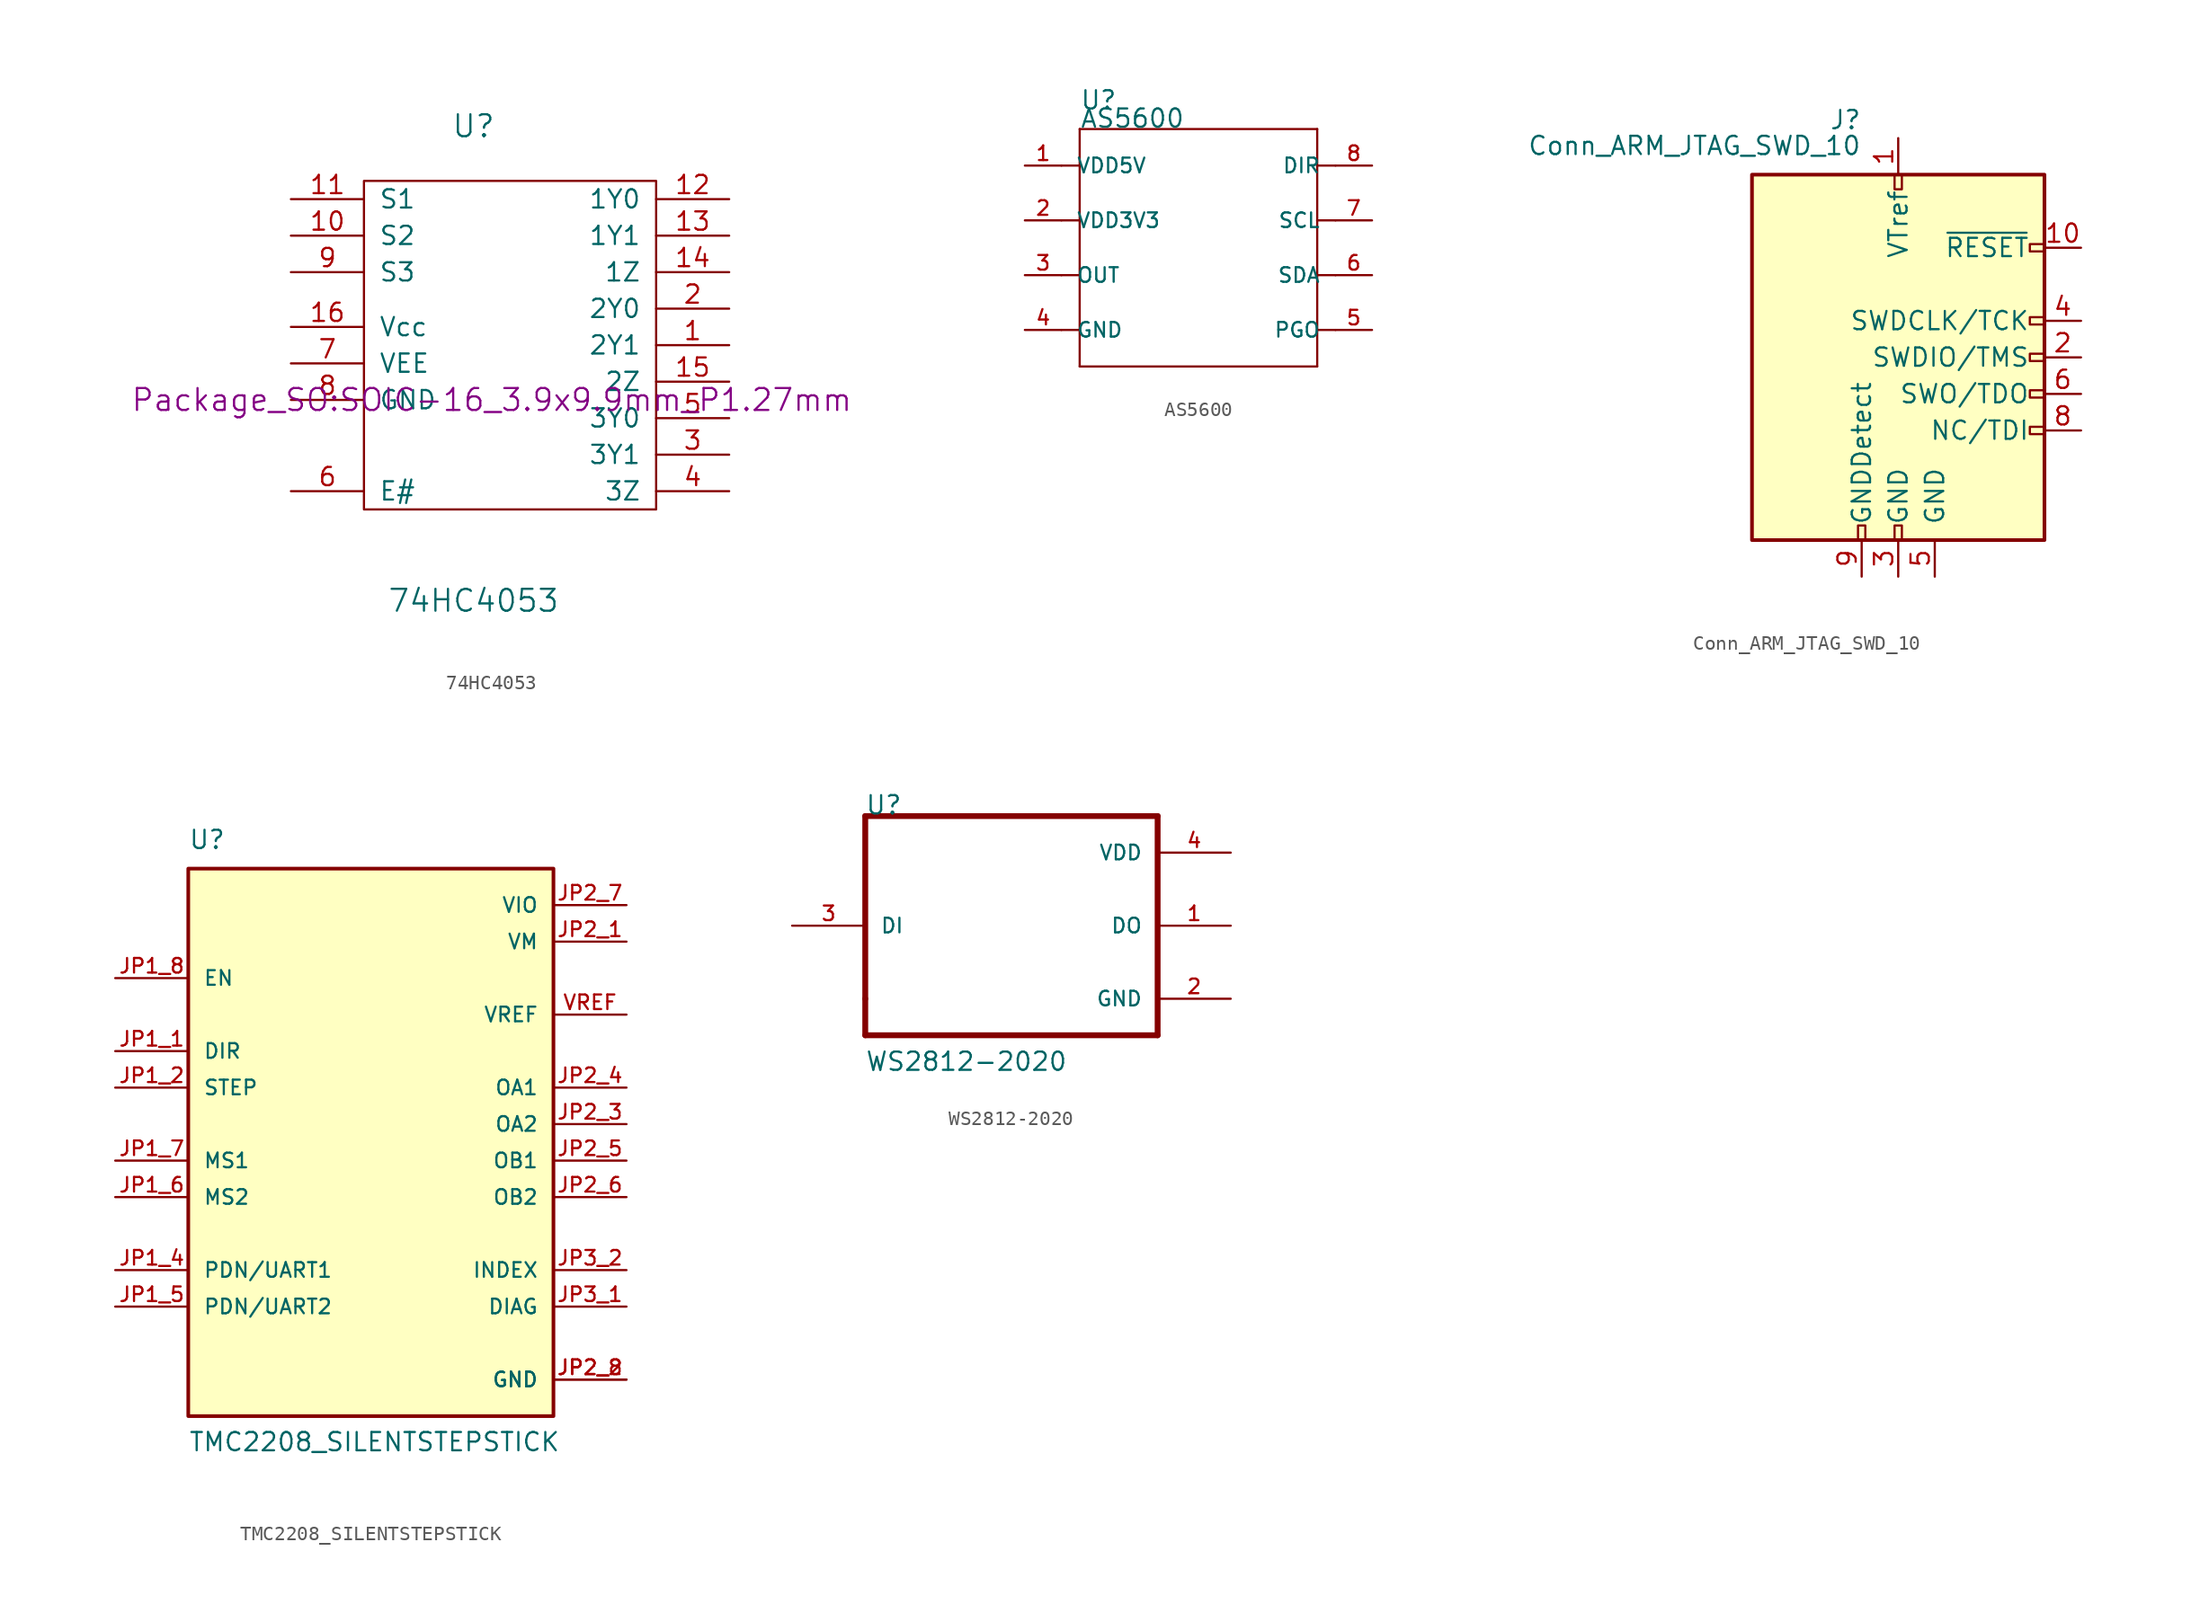
<source format=kicad_sym>
(kicad_symbol_lib
  (version 20211014)
  (generator kicad_symbol_editor)
  (symbol "74HC4053"
    (pin_names
      (offset 1.016))
    (property "Reference" "U"
      (at -1.27 19.05 0)
      (effects (font (size 1.524 1.524))))
    (property "Value" "74HC4053"
      (at -1.27 -13.97 0)
      (effects (font (size 1.524 1.524))))
    (property "Footprint" "Package_SO:SOIC-16_3.9x9.9mm_P1.27mm"
      (at 0 0 0)
      (effects (font (size 1.524 1.524))))
    (property "Datasheet" ""
      (at 0 0 0)
      (effects (font (size 1.524 1.524))))
    (symbol "74HC4053_0_1"
      (rectangle (start -8.89 15.24) (end 11.43 -7.62) (stroke (width 0) (type default) (color 0 0 0 0)) (fill (type none))))
    (symbol "74HC4053_1_1"
      (pin bidirectional line (at 16.51 3.81 180) (length 5.08) (name "2Y1" (effects (font (size 1.27 1.27)))) (number "1" (effects (font (size 1.27 1.27)))))
      (pin input line (at -13.97 11.43 0) (length 5.08) (name "S2" (effects (font (size 1.27 1.27)))) (number "10" (effects (font (size 1.27 1.27)))))
      (pin input line (at -13.97 13.97 0) (length 5.08) (name "S1" (effects (font (size 1.27 1.27)))) (number "11" (effects (font (size 1.27 1.27)))))
      (pin bidirectional line (at 16.51 13.97 180) (length 5.08) (name "1Y0" (effects (font (size 1.27 1.27)))) (number "12" (effects (font (size 1.27 1.27)))))
      (pin bidirectional line (at 16.51 11.43 180) (length 5.08) (name "1Y1" (effects (font (size 1.27 1.27)))) (number "13" (effects (font (size 1.27 1.27)))))
      (pin bidirectional line (at 16.51 8.89 180) (length 5.08) (name "1Z" (effects (font (size 1.27 1.27)))) (number "14" (effects (font (size 1.27 1.27)))))
      (pin bidirectional line (at 16.51 1.27 180) (length 5.08) (name "2Z" (effects (font (size 1.27 1.27)))) (number "15" (effects (font (size 1.27 1.27)))))
      (pin power_in line (at -13.97 5.08 0) (length 5.08) (name "Vcc" (effects (font (size 1.27 1.27)))) (number "16" (effects (font (size 1.27 1.27)))))
      (pin bidirectional line (at 16.51 6.35 180) (length 5.08) (name "2Y0" (effects (font (size 1.27 1.27)))) (number "2" (effects (font (size 1.27 1.27)))))
      (pin bidirectional line (at 16.51 -3.81 180) (length 5.08) (name "3Y1" (effects (font (size 1.27 1.27)))) (number "3" (effects (font (size 1.27 1.27)))))
      (pin bidirectional line (at 16.51 -6.35 180) (length 5.08) (name "3Z" (effects (font (size 1.27 1.27)))) (number "4" (effects (font (size 1.27 1.27)))))
      (pin bidirectional line (at 16.51 -1.27 180) (length 5.08) (name "3Y0" (effects (font (size 1.27 1.27)))) (number "5" (effects (font (size 1.27 1.27)))))
      (pin input line (at -13.97 -6.35 0) (length 5.08) (name "E#" (effects (font (size 1.27 1.27)))) (number "6" (effects (font (size 1.27 1.27)))))
      (pin power_in line (at -13.97 2.54 0) (length 5.08) (name "VEE" (effects (font (size 1.27 1.27)))) (number "7" (effects (font (size 1.27 1.27)))))
      (pin power_in line (at -13.97 0 0) (length 5.08) (name "GND" (effects (font (size 1.27 1.27)))) (number "8" (effects (font (size 1.27 1.27)))))
      (pin input line (at -13.97 8.89 0) (length 5.08) (name "S3" (effects (font (size 1.27 1.27)))) (number "9" (effects (font (size 1.27 1.27)))))))
  (symbol "AS5600"
    (pin_names
      (offset 1.016))
    (property "Reference" "U"
      (at -7.62 10.16 0)
      (effects (font (size 1.27 1.27)) (justify left bottom)))
    (property "Value" "AS5600"
      (at -7.62 8.89 0)
      (effects (font (size 1.27 1.27)) (justify left bottom)))
    (symbol "AS5600_0_0"
      (polyline (pts (xy -7.62 -7.62) (xy -7.62 -5.08)) (stroke (width 0.152) (type default) (color 0 0 0 0)) (fill (type none)))
      (polyline (pts (xy -7.62 -5.08) (xy -8.89 -5.08)) (stroke (width 0.152) (type default) (color 0 0 0 0)) (fill (type none)))
      (polyline (pts (xy -7.62 -5.08) (xy -7.62 -1.27)) (stroke (width 0.152) (type default) (color 0 0 0 0)) (fill (type none)))
      (polyline (pts (xy -7.62 -1.27) (xy -8.89 -1.27)) (stroke (width 0.152) (type default) (color 0 0 0 0)) (fill (type none)))
      (polyline (pts (xy -7.62 -1.27) (xy -7.62 2.54)) (stroke (width 0.152) (type default) (color 0 0 0 0)) (fill (type none)))
      (polyline (pts (xy -7.62 2.54) (xy -8.89 2.54)) (stroke (width 0.152) (type default) (color 0 0 0 0)) (fill (type none)))
      (polyline (pts (xy -7.62 2.54) (xy -7.62 6.35)) (stroke (width 0.152) (type default) (color 0 0 0 0)) (fill (type none)))
      (polyline (pts (xy -7.62 6.35) (xy -8.89 6.35)) (stroke (width 0.152) (type default) (color 0 0 0 0)) (fill (type none)))
      (polyline (pts (xy -7.62 6.35) (xy -7.62 8.89)) (stroke (width 0.152) (type default) (color 0 0 0 0)) (fill (type none)))
      (polyline (pts (xy -7.62 8.89) (xy 8.89 8.89)) (stroke (width 0.152) (type default) (color 0 0 0 0)) (fill (type none)))
      (polyline (pts (xy 8.89 -7.62) (xy -7.62 -7.62)) (stroke (width 0.152) (type default) (color 0 0 0 0)) (fill (type none)))
      (polyline (pts (xy 8.89 -5.08) (xy 8.89 -7.62)) (stroke (width 0.152) (type default) (color 0 0 0 0)) (fill (type none)))
      (polyline (pts (xy 8.89 -1.27) (xy 8.89 -5.08)) (stroke (width 0.152) (type default) (color 0 0 0 0)) (fill (type none)))
      (polyline (pts (xy 8.89 2.54) (xy 8.89 -1.27)) (stroke (width 0.152) (type default) (color 0 0 0 0)) (fill (type none)))
      (polyline (pts (xy 8.89 6.35) (xy 8.89 2.54)) (stroke (width 0.152) (type default) (color 0 0 0 0)) (fill (type none)))
      (polyline (pts (xy 8.89 8.89) (xy 8.89 6.35)) (stroke (width 0.152) (type default) (color 0 0 0 0)) (fill (type none)))
      (polyline (pts (xy 10.16 -5.08) (xy 8.89 -5.08)) (stroke (width 0.152) (type default) (color 0 0 0 0)) (fill (type none)))
      (polyline (pts (xy 10.16 -1.27) (xy 8.89 -1.27)) (stroke (width 0.152) (type default) (color 0 0 0 0)) (fill (type none)))
      (polyline (pts (xy 10.16 2.54) (xy 8.89 2.54)) (stroke (width 0.152) (type default) (color 0 0 0 0)) (fill (type none)))
      (polyline (pts (xy 10.16 6.35) (xy 8.89 6.35)) (stroke (width 0.152) (type default) (color 0 0 0 0)) (fill (type none)))
      (pin power_in line (at -11.43 6.35 0) (length 2.54) (name "VDD5V" (effects (font (size 1.016 1.016)))) (number "1" (effects (font (size 1.016 1.016)))))
      (pin power_in line (at -11.43 2.54 0) (length 2.54) (name "VDD3V3" (effects (font (size 1.016 1.016)))) (number "2" (effects (font (size 1.016 1.016)))))
      (pin bidirectional line (at -11.43 -1.27 0) (length 2.54) (name "OUT" (effects (font (size 1.016 1.016)))) (number "3" (effects (font (size 1.016 1.016)))))
      (pin power_in line (at -11.43 -5.08 0) (length 2.54) (name "GND" (effects (font (size 1.016 1.016)))) (number "4" (effects (font (size 1.016 1.016)))))
      (pin bidirectional line (at 12.7 -5.08 180) (length 2.54) (name "PGO" (effects (font (size 1.016 1.016)))) (number "5" (effects (font (size 1.016 1.016)))))
      (pin bidirectional line (at 12.7 -1.27 180) (length 2.54) (name "SDA" (effects (font (size 1.016 1.016)))) (number "6" (effects (font (size 1.016 1.016)))))
      (pin bidirectional line (at 12.7 2.54 180) (length 2.54) (name "SCL" (effects (font (size 1.016 1.016)))) (number "7" (effects (font (size 1.016 1.016)))))
      (pin bidirectional line (at 12.7 6.35 180) (length 2.54) (name "DIR" (effects (font (size 1.016 1.016)))) (number "8" (effects (font (size 1.016 1.016)))))))
  (symbol "Conn_ARM_JTAG_SWD_10"
    (pin_names
      (offset 1.016))
    (property "Reference" "J"
      (at -2.54 16.51 0)
      (effects (font (size 1.27 1.27)) (justify right)))
    (property "Value" "Conn_ARM_JTAG_SWD_10"
      (at -2.54 13.97 0)
      (effects (font (size 1.27 1.27)) (justify right bottom)))
    (symbol "Conn_ARM_JTAG_SWD_10_0_1"
      (rectangle (start -10.16 12.7) (end 10.16 -12.7) (stroke (width 0.254) (type default) (color 0 0 0 0)) (fill (type background)))
      (rectangle (start -2.794 -12.7) (end -2.286 -11.684) (stroke (width 0) (type default) (color 0 0 0 0)) (fill (type none)))
      (rectangle (start -0.254 -12.7) (end 0.254 -11.684) (stroke (width 0) (type default) (color 0 0 0 0)) (fill (type none)))
      (rectangle (start -0.254 12.7) (end 0.254 11.684) (stroke (width 0) (type default) (color 0 0 0 0)) (fill (type none)))
      (rectangle (start 9.144 2.286) (end 10.16 2.794) (stroke (width 0) (type default) (color 0 0 0 0)) (fill (type none)))
      (rectangle (start 10.16 -2.794) (end 9.144 -2.286) (stroke (width 0) (type default) (color 0 0 0 0)) (fill (type none)))
      (rectangle (start 10.16 -0.254) (end 9.144 0.254) (stroke (width 0) (type default) (color 0 0 0 0)) (fill (type none)))
      (rectangle (start 10.16 7.874) (end 9.144 7.366) (stroke (width 0) (type default) (color 0 0 0 0)) (fill (type none))))
    (symbol "Conn_ARM_JTAG_SWD_10_1_1"
      (rectangle (start 9.144 -5.334) (end 10.16 -4.826) (stroke (width 0) (type default) (color 0 0 0 0)) (fill (type none)))
      (pin power_in line (at 0 15.24 270) (length 2.54) (name "VTref" (effects (font (size 1.27 1.27)))) (number "1" (effects (font (size 1.27 1.27)))))
      (pin open_collector line (at 12.7 7.62 180) (length 2.54) (name "~{RESET}" (effects (font (size 1.27 1.27)))) (number "10" (effects (font (size 1.27 1.27)))))
      (pin bidirectional line (at 12.7 0 180) (length 2.54) (name "SWDIO/TMS" (effects (font (size 1.27 1.27)))) (number "2" (effects (font (size 1.27 1.27)))))
      (pin power_in line (at 0 -15.24 90) (length 2.54) (name "GND" (effects (font (size 1.27 1.27)))) (number "3" (effects (font (size 1.27 1.27)))))
      (pin output line (at 12.7 2.54 180) (length 2.54) (name "SWDCLK/TCK" (effects (font (size 1.27 1.27)))) (number "4" (effects (font (size 1.27 1.27)))))
      (pin passive line (at 0 -15.24 90) (length 2.54) hide (name "GND" (effects (font (size 1.27 1.27)))) (number "5" (effects (font (size 1.27 1.27)))))
      (pin power_in line (at 2.54 -15.24 90) (length 2.54) (name "GND" (effects (font (size 1.27 1.27)))) (number "5" (effects (font (size 1.27 1.27)))))
      (pin input line (at 12.7 -2.54 180) (length 2.54) (name "SWO/TDO" (effects (font (size 1.27 1.27)))) (number "6" (effects (font (size 1.27 1.27)))))
      (pin no_connect line (at -10.16 0 0) (length 2.54) hide (name "KEY" (effects (font (size 1.27 1.27)))) (number "7" (effects (font (size 1.27 1.27)))))
      (pin output line (at 12.7 -5.08 180) (length 2.54) (name "NC/TDI" (effects (font (size 1.27 1.27)))) (number "8" (effects (font (size 1.27 1.27)))))
      (pin passive line (at -2.54 -15.24 90) (length 2.54) (name "GNDDetect" (effects (font (size 1.27 1.27)))) (number "9" (effects (font (size 1.27 1.27)))))))
  (symbol "TMC2208_SILENTSTEPSTICK"
    (pin_names
      (offset 1.016))
    (property "Reference" "U"
      (at -12.7 19.05 0)
      (effects (font (size 1.27 1.27)) (justify left bottom)))
    (property "Value" "TMC2208_SILENTSTEPSTICK"
      (at -12.7 -22.86 0)
      (effects (font (size 1.27 1.27)) (justify left bottom)))
    (property "ki_locked" ""
      (at 0 0 0)
      (effects (font (size 1.27 1.27))))
    (symbol "TMC2208_SILENTSTEPSTICK_0_0"
      (rectangle (start -12.7 -20.32) (end 12.7 17.78) (stroke (width 0.254) (type default) (color 0 0 0 0)) (fill (type background)))
      (pin input line (at -17.78 5.08 0) (length 5.08) (name "DIR" (effects (font (size 1.016 1.016)))) (number "JP1_1" (effects (font (size 1.016 1.016)))))
      (pin input line (at -17.78 2.54 0) (length 5.08) (name "STEP" (effects (font (size 1.016 1.016)))) (number "JP1_2" (effects (font (size 1.016 1.016)))))
      (pin bidirectional line (at -17.78 -10.16 0) (length 5.08) (name "PDN/UART1" (effects (font (size 1.016 1.016)))) (number "JP1_4" (effects (font (size 1.016 1.016)))))
      (pin bidirectional line (at -17.78 -12.7 0) (length 5.08) (name "PDN/UART2" (effects (font (size 1.016 1.016)))) (number "JP1_5" (effects (font (size 1.016 1.016)))))
      (pin input line (at -17.78 -5.08 0) (length 5.08) (name "MS2" (effects (font (size 1.016 1.016)))) (number "JP1_6" (effects (font (size 1.016 1.016)))))
      (pin input line (at -17.78 -2.54 0) (length 5.08) (name "MS1" (effects (font (size 1.016 1.016)))) (number "JP1_7" (effects (font (size 1.016 1.016)))))
      (pin input line (at -17.78 10.16 0) (length 5.08) (name "EN" (effects (font (size 1.016 1.016)))) (number "JP1_8" (effects (font (size 1.016 1.016)))))
      (pin power_in line (at 17.78 12.7 180) (length 5.08) (name "VM" (effects (font (size 1.016 1.016)))) (number "JP2_1" (effects (font (size 1.016 1.016)))))
      (pin power_in line (at 17.78 -17.78 180) (length 5.08) (name "GND" (effects (font (size 1.016 1.016)))) (number "JP2_2" (effects (font (size 1.016 1.016)))))
      (pin passive line (at 17.78 0 180) (length 5.08) (name "OA2" (effects (font (size 1.016 1.016)))) (number "JP2_3" (effects (font (size 1.016 1.016)))))
      (pin passive line (at 17.78 2.54 180) (length 5.08) (name "OA1" (effects (font (size 1.016 1.016)))) (number "JP2_4" (effects (font (size 1.016 1.016)))))
      (pin passive line (at 17.78 -2.54 180) (length 5.08) (name "OB1" (effects (font (size 1.016 1.016)))) (number "JP2_5" (effects (font (size 1.016 1.016)))))
      (pin passive line (at 17.78 -5.08 180) (length 5.08) (name "OB2" (effects (font (size 1.016 1.016)))) (number "JP2_6" (effects (font (size 1.016 1.016)))))
      (pin power_in line (at 17.78 15.24 180) (length 5.08) (name "VIO" (effects (font (size 1.016 1.016)))) (number "JP2_7" (effects (font (size 1.016 1.016)))))
      (pin power_in line (at 17.78 -17.78 180) (length 5.08) (name "GND" (effects (font (size 1.016 1.016)))) (number "JP2_8" (effects (font (size 1.016 1.016)))))
      (pin output line (at 17.78 -12.7 180) (length 5.08) (name "DIAG" (effects (font (size 1.016 1.016)))) (number "JP3_1" (effects (font (size 1.016 1.016)))))
      (pin output line (at 17.78 -10.16 180) (length 5.08) (name "INDEX" (effects (font (size 1.016 1.016)))) (number "JP3_2" (effects (font (size 1.016 1.016)))))
      (pin passive line (at 17.78 7.62 180) (length 5.08) (name "VREF" (effects (font (size 1.016 1.016)))) (number "VREF" (effects (font (size 1.016 1.016)))))))
  (symbol "WS2812-2020"
    (pin_names
      (offset 1.016))
    (property "Reference" "U"
      (at -10.185 7.645 0)
      (effects (font (size 1.27 1.27)) (justify left bottom)))
    (property "Value" "WS2812-2020"
      (at -10.185 -10.185 0)
      (effects (font (size 1.27 1.27)) (justify left bottom)))
    (symbol "WS2812-2020_0_0"
      (polyline (pts (xy -10.16 -7.62) (xy -10.16 -5.08)) (stroke (width 0.406) (type default) (color 0 0 0 0)) (fill (type none)))
      (polyline (pts (xy -10.16 -5.08) (xy -10.16 7.62)) (stroke (width 0.406) (type default) (color 0 0 0 0)) (fill (type none)))
      (polyline (pts (xy -10.16 7.62) (xy 10.16 7.62)) (stroke (width 0.406) (type default) (color 0 0 0 0)) (fill (type none)))
      (polyline (pts (xy 10.16 -7.62) (xy -10.16 -7.62)) (stroke (width 0.406) (type default) (color 0 0 0 0)) (fill (type none)))
      (polyline (pts (xy 10.16 7.62) (xy 10.16 -7.62)) (stroke (width 0.406) (type default) (color 0 0 0 0)) (fill (type none)))
      (pin output line (at 15.24 0 180) (length 5.08) (name "DO" (effects (font (size 1.016 1.016)))) (number "1" (effects (font (size 1.016 1.016)))))
      (pin power_in line (at 15.24 -5.08 180) (length 5.08) (name "GND" (effects (font (size 1.016 1.016)))) (number "2" (effects (font (size 1.016 1.016)))))
      (pin input line (at -15.24 0 0) (length 5.08) (name "DI" (effects (font (size 1.016 1.016)))) (number "3" (effects (font (size 1.016 1.016)))))
      (pin power_in line (at 15.24 5.08 180) (length 5.08) (name "VDD" (effects (font (size 1.016 1.016)))) (number "4" (effects (font (size 1.016 1.016))))))))
</source>
